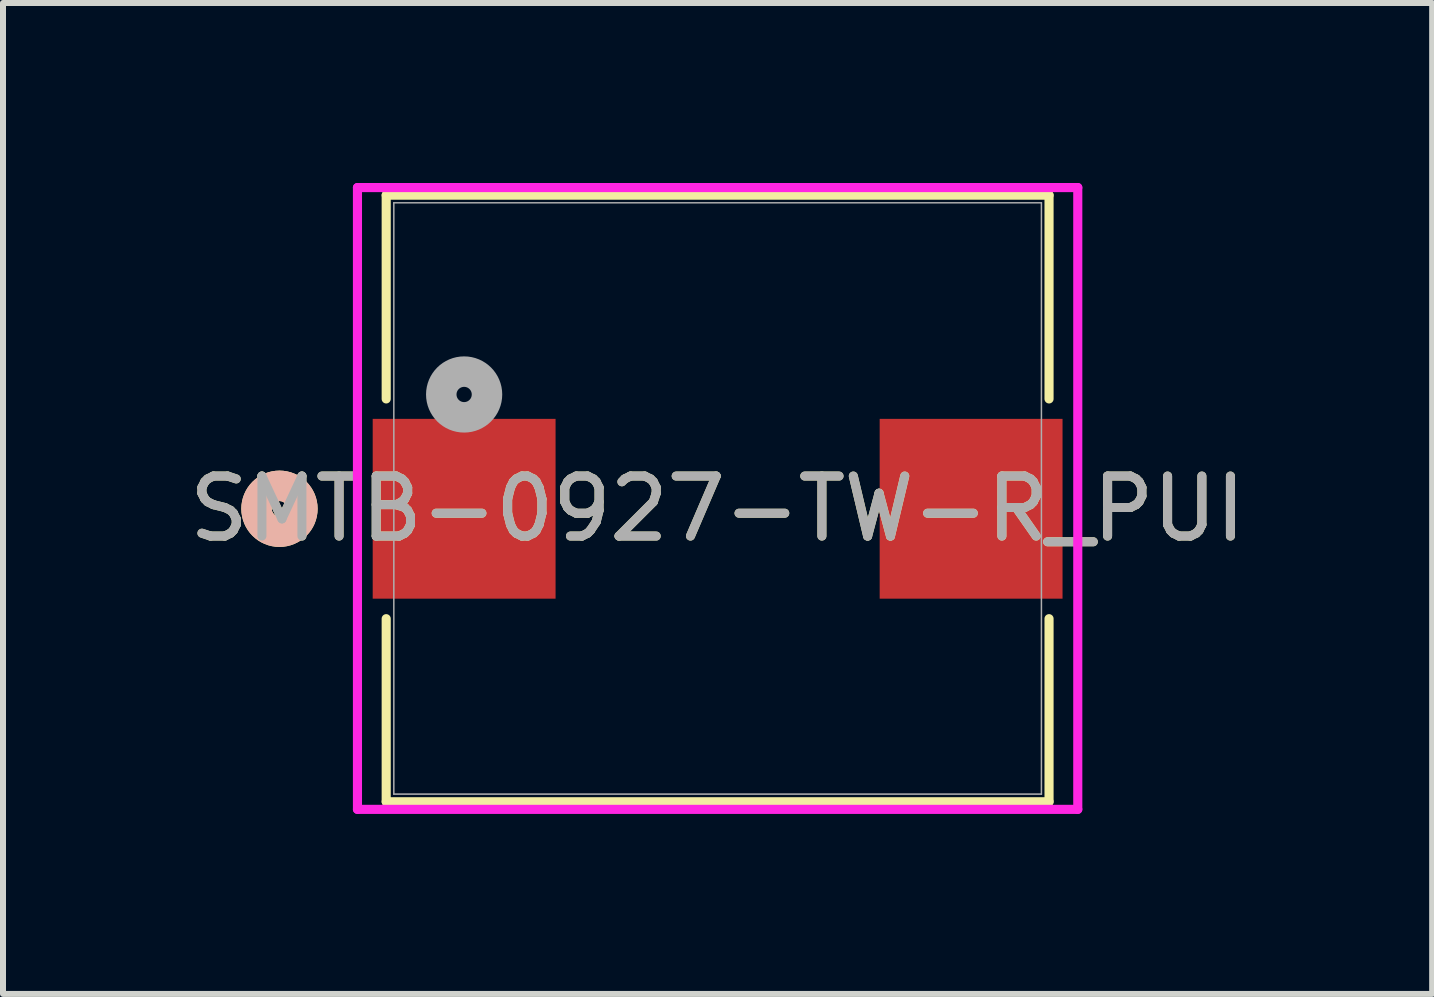
<source format=kicad_pcb>
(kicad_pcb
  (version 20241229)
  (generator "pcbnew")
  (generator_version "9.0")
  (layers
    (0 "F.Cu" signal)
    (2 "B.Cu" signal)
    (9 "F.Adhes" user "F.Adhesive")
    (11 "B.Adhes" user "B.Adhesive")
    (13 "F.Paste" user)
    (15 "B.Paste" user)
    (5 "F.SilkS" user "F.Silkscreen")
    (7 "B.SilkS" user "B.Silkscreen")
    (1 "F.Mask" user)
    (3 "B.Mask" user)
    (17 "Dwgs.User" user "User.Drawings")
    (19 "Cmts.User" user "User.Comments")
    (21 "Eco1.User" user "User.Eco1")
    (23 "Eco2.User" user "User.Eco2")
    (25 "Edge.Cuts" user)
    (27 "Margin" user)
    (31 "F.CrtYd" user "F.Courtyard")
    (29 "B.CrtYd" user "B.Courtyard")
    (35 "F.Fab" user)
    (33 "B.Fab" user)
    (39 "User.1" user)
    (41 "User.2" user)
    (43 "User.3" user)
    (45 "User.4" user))
  (footprint "SMTB-0927-TW-R_PUI"
    (layer "F.Cu")
    (at 8.911 5.258)
    (property "Reference" "SMTB-0927-TW-R_PUI" (at 0 0.172 0) (unlocked yes) (layer "F.SilkS") (effects (font (size 1 1) (thickness 0.15))))
    (attr smd)
    (fp_line (start -5.524 -5.055) (end -5.524 -1.659) (stroke (width 0.152) (type solid)) (layer "F.SilkS"))
    (fp_line (start -5.524 2.004) (end -5.524 5.055) (stroke (width 0.152) (type solid)) (layer "F.SilkS"))
    (fp_line (start -5.524 5.055) (end 5.524 5.055) (stroke (width 0.152) (type solid)) (layer "F.SilkS"))
    (fp_line (start 5.524 -5.055) (end -5.524 -5.055) (stroke (width 0.152) (type solid)) (layer "F.SilkS"))
    (fp_line (start 5.524 -1.659) (end 5.524 -5.055) (stroke (width 0.152) (type solid)) (layer "F.SilkS"))
    (fp_line (start 5.524 5.055) (end 5.524 2.004) (stroke (width 0.152) (type solid)) (layer "F.SilkS"))
    (fp_circle (center -7.303 0.172) (end -6.921 0.172) (stroke (width 0.508) (type solid)) (fill no) (layer "F.SilkS"))
    (fp_circle (center -7.303 0.172) (end -6.921 0.172) (stroke (width 0.508) (type solid)) (fill no) (layer "B.SilkS"))
    (fp_line (start -6.003 -5.182) (end -6.003 5.182) (stroke (width 0.152) (type solid)) (layer "F.CrtYd"))
    (fp_line (start -6.003 5.182) (end 6.003 5.182) (stroke (width 0.152) (type solid)) (layer "F.CrtYd"))
    (fp_line (start 6.003 -5.182) (end -6.003 -5.182) (stroke (width 0.152) (type solid)) (layer "F.CrtYd"))
    (fp_line (start 6.003 5.182) (end 6.003 -5.182) (stroke (width 0.152) (type solid)) (layer "F.CrtYd"))
    (fp_line (start -5.397 -4.928) (end -5.397 4.928) (stroke (width 0.025) (type solid)) (layer "F.Fab"))
    (fp_line (start -5.397 4.928) (end 5.397 4.928) (stroke (width 0.025) (type solid)) (layer "F.Fab"))
    (fp_line (start 5.397 -4.928) (end -5.397 -4.928) (stroke (width 0.025) (type solid)) (layer "F.Fab"))
    (fp_line (start 5.397 4.928) (end 5.397 -4.928) (stroke (width 0.025) (type solid)) (layer "F.Fab"))
    (fp_circle (center -4.225 -1.733) (end -3.844 -1.733) (stroke (width 0.508) (type solid)) (fill no) (layer "F.Fab"))
    (fp_text user "${REFERENCE}" (at 0 0.172 0) (unlocked yes) (layer "F.Fab") (effects (font (size 1 1) (thickness 0.15))))
    (pad "1" smd rect (at -4.225 0.172) (size 3.048 2.997) (layers "F.Cu" "F.Mask" "F.Paste"))
    (pad "2" smd rect (at 4.225 0.172) (size 3.048 2.997) (layers "F.Cu" "F.Mask" "F.Paste")))
  (gr_rect
    (start -3 -3)
    (end 20.821 13.516)
    (stroke (width 0.1) (type default))
    (fill no)
    (layer "Edge.Cuts")))
</source>
